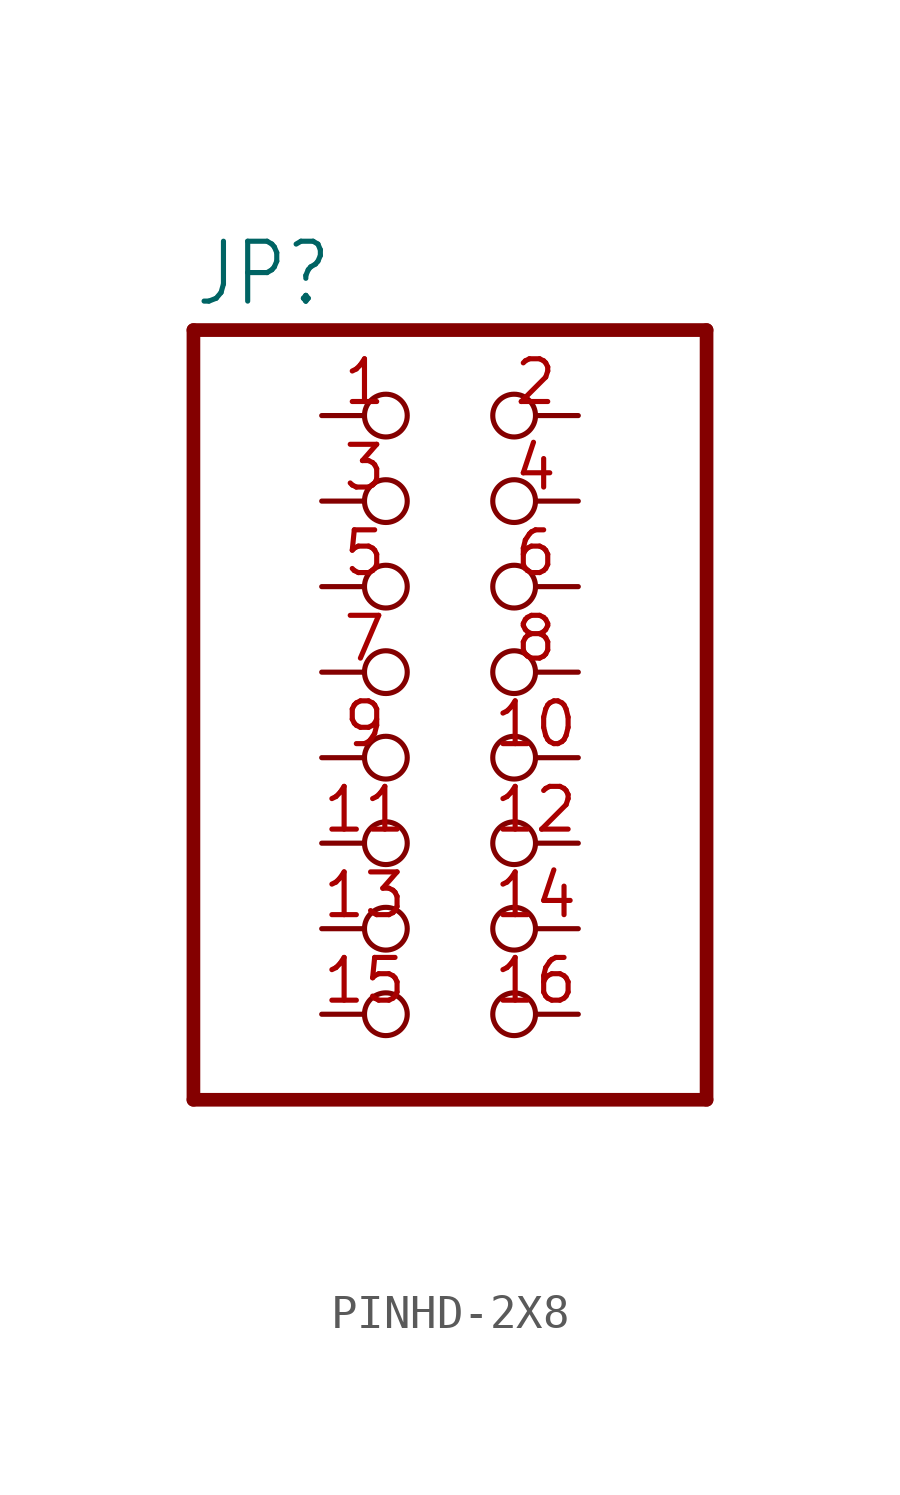
<source format=kicad_sym>
(kicad_symbol_lib
  (version 20231120)
  (generator "kicad_symbol_editor")
  (generator_version "8.0")
  (symbol "PINHD-2X8"
    (property "Reference" "JP"
      (at -6.35 10.795 0)
      (effects (font (size 1.778 1.511)) (justify left bottom)))
    (property "Value" ""
      (at -6.35 -15.24 0)
      (effects (font (size 1.778 1.511)) (justify left bottom)))
    (property "ki_locked" ""
      (at 0 0 0)
      (effects (font (size 1.27 1.27))))
    (symbol "PINHD-2X8_1_0"
      (polyline (pts (xy -6.35 -12.7) (xy 8.89 -12.7)) (stroke (width 0.406) (type solid)) (fill (type none)))
      (polyline (pts (xy -6.35 10.16) (xy -6.35 -12.7)) (stroke (width 0.406) (type solid)) (fill (type none)))
      (polyline (pts (xy 8.89 -12.7) (xy 8.89 10.16)) (stroke (width 0.406) (type solid)) (fill (type none)))
      (polyline (pts (xy 8.89 10.16) (xy -6.35 10.16)) (stroke (width 0.406) (type solid)) (fill (type none)))
      (pin passive inverted (at -2.54 7.62 0) (length 2.54) (name "1" (effects (font (size 0 0)))) (number "1" (effects (font (size 1.27 1.27)))))
      (pin passive inverted (at 5.08 -2.54 180) (length 2.54) (name "10" (effects (font (size 0 0)))) (number "10" (effects (font (size 1.27 1.27)))))
      (pin passive inverted (at -2.54 -5.08 0) (length 2.54) (name "11" (effects (font (size 0 0)))) (number "11" (effects (font (size 1.27 1.27)))))
      (pin passive inverted (at 5.08 -5.08 180) (length 2.54) (name "12" (effects (font (size 0 0)))) (number "12" (effects (font (size 1.27 1.27)))))
      (pin passive inverted (at -2.54 -7.62 0) (length 2.54) (name "13" (effects (font (size 0 0)))) (number "13" (effects (font (size 1.27 1.27)))))
      (pin passive inverted (at 5.08 -7.62 180) (length 2.54) (name "14" (effects (font (size 0 0)))) (number "14" (effects (font (size 1.27 1.27)))))
      (pin passive inverted (at -2.54 -10.16 0) (length 2.54) (name "15" (effects (font (size 0 0)))) (number "15" (effects (font (size 1.27 1.27)))))
      (pin passive inverted (at 5.08 -10.16 180) (length 2.54) (name "16" (effects (font (size 0 0)))) (number "16" (effects (font (size 1.27 1.27)))))
      (pin passive inverted (at 5.08 7.62 180) (length 2.54) (name "2" (effects (font (size 0 0)))) (number "2" (effects (font (size 1.27 1.27)))))
      (pin passive inverted (at -2.54 5.08 0) (length 2.54) (name "3" (effects (font (size 0 0)))) (number "3" (effects (font (size 1.27 1.27)))))
      (pin passive inverted (at 5.08 5.08 180) (length 2.54) (name "4" (effects (font (size 0 0)))) (number "4" (effects (font (size 1.27 1.27)))))
      (pin passive inverted (at -2.54 2.54 0) (length 2.54) (name "5" (effects (font (size 0 0)))) (number "5" (effects (font (size 1.27 1.27)))))
      (pin passive inverted (at 5.08 2.54 180) (length 2.54) (name "6" (effects (font (size 0 0)))) (number "6" (effects (font (size 1.27 1.27)))))
      (pin passive inverted (at -2.54 0 0) (length 2.54) (name "7" (effects (font (size 0 0)))) (number "7" (effects (font (size 1.27 1.27)))))
      (pin passive inverted (at 5.08 0 180) (length 2.54) (name "8" (effects (font (size 0 0)))) (number "8" (effects (font (size 1.27 1.27)))))
      (pin passive inverted (at -2.54 -2.54 0) (length 2.54) (name "9" (effects (font (size 0 0)))) (number "9" (effects (font (size 1.27 1.27))))))))
</source>
